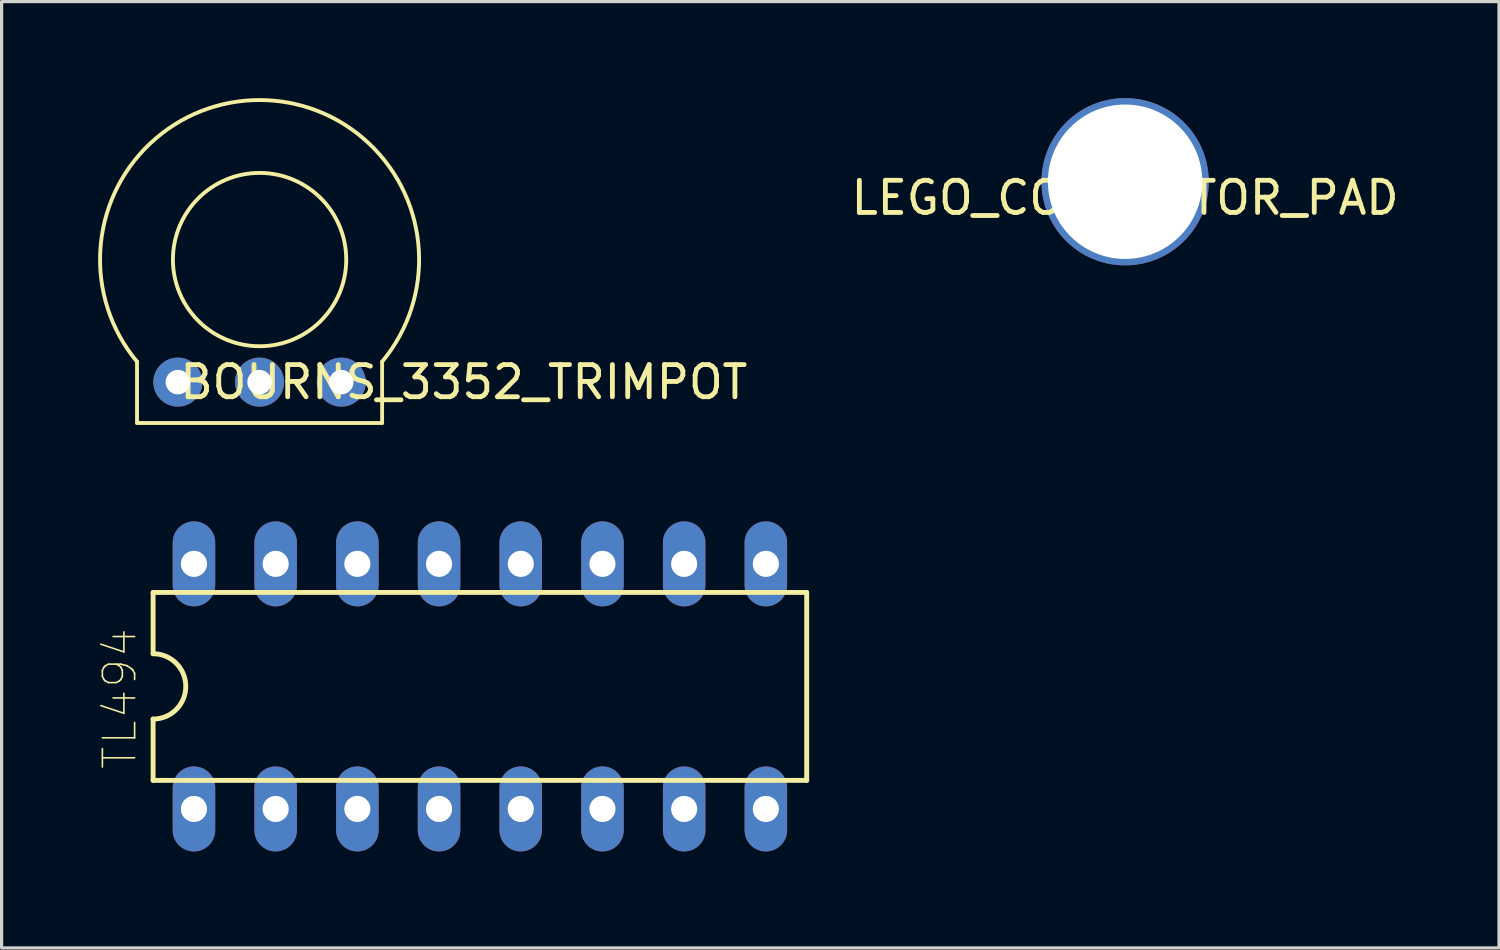
<source format=kicad_pcb>
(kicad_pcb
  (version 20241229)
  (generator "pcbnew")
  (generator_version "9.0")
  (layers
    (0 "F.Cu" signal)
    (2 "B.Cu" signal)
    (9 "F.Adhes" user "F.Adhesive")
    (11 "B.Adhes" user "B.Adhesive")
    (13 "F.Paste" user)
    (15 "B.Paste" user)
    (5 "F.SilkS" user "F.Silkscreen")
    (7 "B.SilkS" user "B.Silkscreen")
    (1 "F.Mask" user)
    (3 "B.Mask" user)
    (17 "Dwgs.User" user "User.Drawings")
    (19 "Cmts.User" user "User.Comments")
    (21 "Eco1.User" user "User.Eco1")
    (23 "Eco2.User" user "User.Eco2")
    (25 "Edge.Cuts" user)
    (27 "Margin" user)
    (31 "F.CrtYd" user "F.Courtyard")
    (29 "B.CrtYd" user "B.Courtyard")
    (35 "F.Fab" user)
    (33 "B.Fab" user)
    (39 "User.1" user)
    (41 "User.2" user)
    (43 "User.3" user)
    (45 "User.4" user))
  (footprint "LEGO_CONNECTOR_PAD"
    (layer "F.Cu")
    (at 31.929 2.6)
    (property "Reference" "LEGO_CONNECTOR_PAD" (at 0 0.5 0) (layer "F.SilkS") (effects (font (size 1 1) (thickness 0.15))))
    (attr through_hole)
    (pad "1" thru_hole circle (at 0 0) (size 5.2 5.2) (drill 4.8) (layers "*.Cu" "*.Mask")))
  (footprint "TL494"
    (layer "F.Cu")
    (at 11.87 18.29)
    (property "Reference" "TL494" (at -11.196 0.382 90) (layer "F.SilkS") (effects (font (size 1.002 1.002) (thickness 0.05))))
    (attr through_hole)
    (fp_line (start -10.16 -2.921) (end -10.16 -1.016) (stroke (width 0.152) (type solid)) (layer "F.SilkS"))
    (fp_line (start -10.16 2.921) (end -10.16 1.016) (stroke (width 0.152) (type solid)) (layer "F.SilkS"))
    (fp_line (start -10.16 2.921) (end 10.16 2.921) (stroke (width 0.152) (type solid)) (layer "F.SilkS"))
    (fp_line (start 10.16 -2.921) (end -10.16 -2.921) (stroke (width 0.152) (type solid)) (layer "F.SilkS"))
    (fp_line (start 10.16 -2.921) (end 10.16 2.921) (stroke (width 0.152) (type solid)) (layer "F.SilkS"))
    (fp_arc (start -10.16 -1.016) (mid -9.144 0) (end -10.16 1.016) (stroke (width 0.1524) (type solid)) (layer "F.SilkS"))
    (pad "1" thru_hole oval (at -8.89 3.81 90) (size 2.642 1.321) (drill 0.813) (layers "*.Cu" "*.Mask"))
    (pad "2" thru_hole oval (at -6.35 3.81 90) (size 2.642 1.321) (drill 0.813) (layers "*.Cu" "*.Mask"))
    (pad "3" thru_hole oval (at -3.81 3.81 90) (size 2.642 1.321) (drill 0.813) (layers "*.Cu" "*.Mask"))
    (pad "4" thru_hole oval (at -1.27 3.81 90) (size 2.642 1.321) (drill 0.813) (layers "*.Cu" "*.Mask"))
    (pad "5" thru_hole oval (at 1.27 3.81 90) (size 2.642 1.321) (drill 0.813) (layers "*.Cu" "*.Mask"))
    (pad "6" thru_hole oval (at 3.81 3.81 90) (size 2.642 1.321) (drill 0.813) (layers "*.Cu" "*.Mask"))
    (pad "7" thru_hole oval (at 6.35 3.81 90) (size 2.642 1.321) (drill 0.813) (layers "*.Cu" "*.Mask"))
    (pad "8" thru_hole oval (at 8.89 3.81 90) (size 2.642 1.321) (drill 0.813) (layers "*.Cu" "*.Mask"))
    (pad "9" thru_hole oval (at 8.89 -3.81 90) (size 2.642 1.321) (drill 0.813) (layers "*.Cu" "*.Mask"))
    (pad "10" thru_hole oval (at 6.35 -3.81 90) (size 2.642 1.321) (drill 0.813) (layers "*.Cu" "*.Mask"))
    (pad "11" thru_hole oval (at 3.81 -3.81 90) (size 2.642 1.321) (drill 0.813) (layers "*.Cu" "*.Mask"))
    (pad "12" thru_hole oval (at 1.27 -3.81 90) (size 2.642 1.321) (drill 0.813) (layers "*.Cu" "*.Mask"))
    (pad "13" thru_hole oval (at -1.27 -3.81 90) (size 2.642 1.321) (drill 0.813) (layers "*.Cu" "*.Mask"))
    (pad "14" thru_hole oval (at -3.81 -3.81 90) (size 2.642 1.321) (drill 0.813) (layers "*.Cu" "*.Mask"))
    (pad "15" thru_hole oval (at -6.35 -3.81 90) (size 2.642 1.321) (drill 0.813) (layers "*.Cu" "*.Mask"))
    (pad "16" thru_hole oval (at -8.89 -3.81 90) (size 2.642 1.321) (drill 0.813) (layers "*.Cu" "*.Mask")))
  (footprint "BOURNS_3352_TRIMPOT"
    (layer "F.Cu")
    (at 5.02 8.83)
    (property "Reference" "BOURNS_3352_TRIMPOT" (at 6.35 0 0) (layer "F.SilkS") (effects (font (size 1 1) (thickness 0.15))))
    (attr through_hole)
    (fp_line (start -3.81 1.27) (end -3.81 -0.635) (stroke (width 0.12) (type solid)) (layer "F.SilkS"))
    (fp_line (start -3.81 1.27) (end 3.81 1.27) (stroke (width 0.12) (type solid)) (layer "F.SilkS"))
    (fp_line (start 3.81 1.27) (end 3.81 -0.635) (stroke (width 0.12) (type solid)) (layer "F.SilkS"))
    (fp_arc (start -3.809999 -0.635001) (mid 0 -8.769507) (end 3.809999 -0.635001) (stroke (width 0.12) (type solid)) (layer "F.SilkS"))
    (fp_circle (center 0 -3.81) (end 1.905 -1.905) (stroke (width 0.12) (type solid)) (fill no) (layer "F.SilkS"))
    (pad "1" thru_hole circle (at 2.54 0) (size 1.524 1.524) (drill 0.762) (layers "*.Cu" "*.Mask"))
    (pad "2" thru_hole circle (at 0 0) (size 1.524 1.524) (drill 0.762) (layers "*.Cu" "*.Mask"))
    (pad "3" thru_hole circle (at -2.54 0) (size 1.524 1.524) (drill 0.762) (layers "*.Cu" "*.Mask")))
  (gr_rect
    (start -3 -3)
    (end 43.554 26.421)
    (stroke (width 0.1) (type default))
    (fill no)
    (layer "Edge.Cuts")))
</source>
